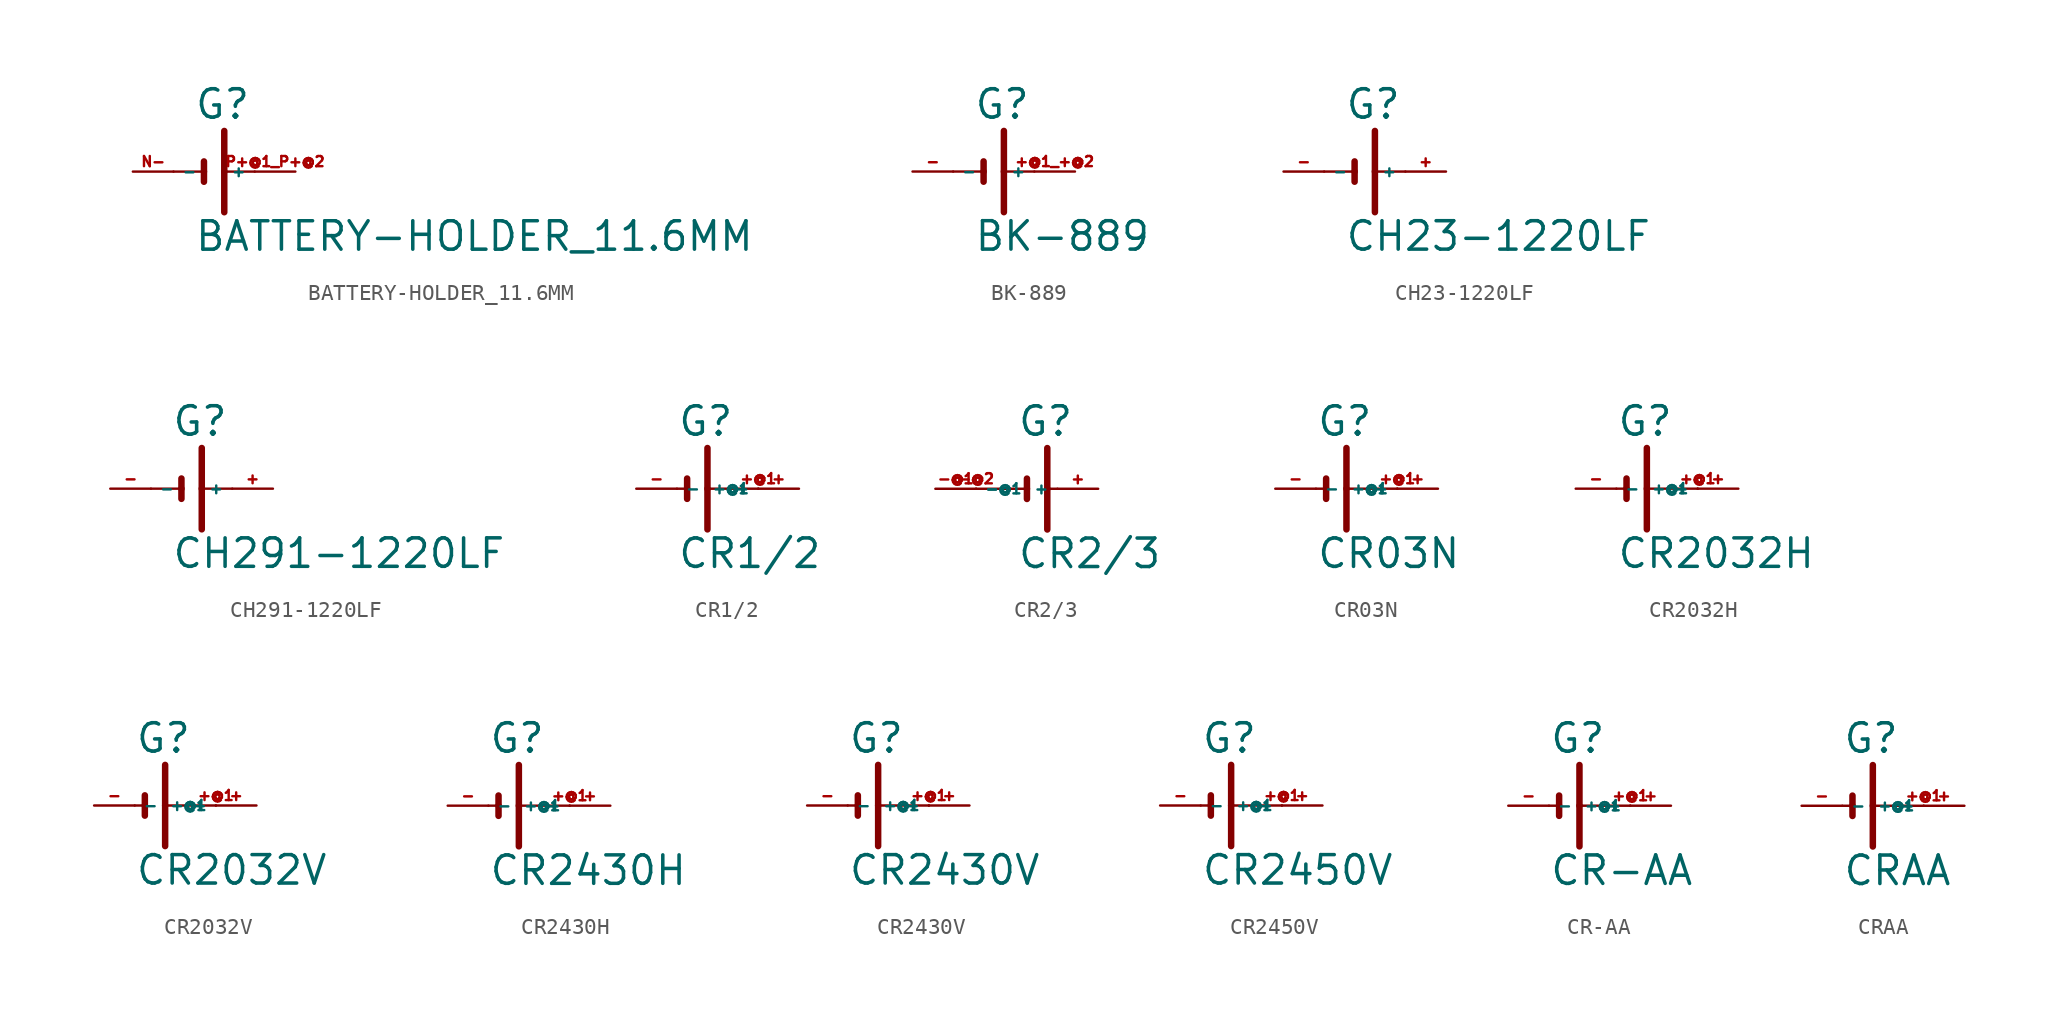
<source format=kicad_sym>
(kicad_symbol_lib
  (version 20220914)
  (generator Eagle2Kicad)
  (symbol "BATTERY-HOLDER_11.6MM"
    (property "Reference" "G"
      (at -1.27 3.175 0)
      (effects (font (size 1.778 1.778) (thickness 0.22)) (justify left bottom)))
    (property "Value" "BATTERY-HOLDER_11.6MM"
      (at -1.27 -5.08 0)
      (effects (font (size 1.778 1.778) (thickness 0.22)) (justify left bottom)))
    (polyline
      (pts (xy -0.635 0.635) (xy -0.635 0))
      (stroke (width 0.406) (type default))
      (fill (type none)))
    (polyline
      (pts (xy -2.54 0) (xy -0.635 0))
      (stroke (width 0.152) (type default))
      (fill (type none)))
    (polyline
      (pts (xy -0.635 0) (xy -0.635 -0.635))
      (stroke (width 0.406) (type default))
      (fill (type none)))
    (polyline
      (pts (xy 0.635 2.54) (xy 0.635 0))
      (stroke (width 0.406) (type default))
      (fill (type none)))
    (polyline
      (pts (xy 0.635 0) (xy 2.54 0))
      (stroke (width 0.152) (type default))
      (fill (type none)))
    (polyline
      (pts (xy 0.635 0) (xy 0.635 -2.54))
      (stroke (width 0.406) (type default))
      (fill (type none)))
    (pin passive line
      (at 5.08 0 180)
      (length 2.54)
      (name "+" (effects (font (size 0.635 0.635) (thickness 0.08)) (justify left bottom)))
      (number "P+@1 P+@2" (effects (font (size 0.635 0.635) (thickness 0.08)) (justify left bottom))))
    (pin passive line
      (at -5.08 0 0)
      (length 2.54)
      (name "-" (effects (font (size 0.635 0.635) (thickness 0.08)) (justify left bottom)))
      (number "N-" (effects (font (size 0.635 0.635) (thickness 0.08)) (justify left bottom)))))
  (symbol "BK-889"
    (property "Reference" "G"
      (at -1.27 3.175 0)
      (effects (font (size 1.778 1.778) (thickness 0.22)) (justify left bottom)))
    (property "Value" "BK-889"
      (at -1.27 -5.08 0)
      (effects (font (size 1.778 1.778) (thickness 0.22)) (justify left bottom)))
    (polyline
      (pts (xy -0.635 0.635) (xy -0.635 0))
      (stroke (width 0.406) (type default))
      (fill (type none)))
    (polyline
      (pts (xy -2.54 0) (xy -0.635 0))
      (stroke (width 0.152) (type default))
      (fill (type none)))
    (polyline
      (pts (xy -0.635 0) (xy -0.635 -0.635))
      (stroke (width 0.406) (type default))
      (fill (type none)))
    (polyline
      (pts (xy 0.635 2.54) (xy 0.635 0))
      (stroke (width 0.406) (type default))
      (fill (type none)))
    (polyline
      (pts (xy 0.635 0) (xy 2.54 0))
      (stroke (width 0.152) (type default))
      (fill (type none)))
    (polyline
      (pts (xy 0.635 0) (xy 0.635 -2.54))
      (stroke (width 0.406) (type default))
      (fill (type none)))
    (pin passive line
      (at 5.08 0 180)
      (length 2.54)
      (name "+" (effects (font (size 0.635 0.635) (thickness 0.08)) (justify left bottom)))
      (number "+@1 +@2" (effects (font (size 0.635 0.635) (thickness 0.08)) (justify left bottom))))
    (pin passive line
      (at -5.08 0 0)
      (length 2.54)
      (name "-" (effects (font (size 0.635 0.635) (thickness 0.08)) (justify left bottom)))
      (number "-" (effects (font (size 0.635 0.635) (thickness 0.08)) (justify left bottom)))))
  (symbol "CH23-1220LF"
    (property "Reference" "G"
      (at -1.27 3.175 0)
      (effects (font (size 1.778 1.778) (thickness 0.22)) (justify left bottom)))
    (property "Value" "CH23-1220LF"
      (at -1.27 -5.08 0)
      (effects (font (size 1.778 1.778) (thickness 0.22)) (justify left bottom)))
    (polyline
      (pts (xy -0.635 0.635) (xy -0.635 0))
      (stroke (width 0.406) (type default))
      (fill (type none)))
    (polyline
      (pts (xy -2.54 0) (xy -0.635 0))
      (stroke (width 0.152) (type default))
      (fill (type none)))
    (polyline
      (pts (xy -0.635 0) (xy -0.635 -0.635))
      (stroke (width 0.406) (type default))
      (fill (type none)))
    (polyline
      (pts (xy 0.635 2.54) (xy 0.635 0))
      (stroke (width 0.406) (type default))
      (fill (type none)))
    (polyline
      (pts (xy 0.635 0) (xy 2.54 0))
      (stroke (width 0.152) (type default))
      (fill (type none)))
    (polyline
      (pts (xy 0.635 0) (xy 0.635 -2.54))
      (stroke (width 0.406) (type default))
      (fill (type none)))
    (pin passive line
      (at 5.08 0 180)
      (length 2.54)
      (name "+" (effects (font (size 0.635 0.635) (thickness 0.08)) (justify left bottom)))
      (number "+" (effects (font (size 0.635 0.635) (thickness 0.08)) (justify left bottom))))
    (pin passive line
      (at -5.08 0 0)
      (length 2.54)
      (name "-" (effects (font (size 0.635 0.635) (thickness 0.08)) (justify left bottom)))
      (number "-" (effects (font (size 0.635 0.635) (thickness 0.08)) (justify left bottom)))))
  (symbol "CH291-1220LF"
    (property "Reference" "G"
      (at -1.27 3.175 0)
      (effects (font (size 1.778 1.778) (thickness 0.22)) (justify left bottom)))
    (property "Value" "CH291-1220LF"
      (at -1.27 -5.08 0)
      (effects (font (size 1.778 1.778) (thickness 0.22)) (justify left bottom)))
    (polyline
      (pts (xy -0.635 0.635) (xy -0.635 0))
      (stroke (width 0.406) (type default))
      (fill (type none)))
    (polyline
      (pts (xy -2.54 0) (xy -0.635 0))
      (stroke (width 0.152) (type default))
      (fill (type none)))
    (polyline
      (pts (xy -0.635 0) (xy -0.635 -0.635))
      (stroke (width 0.406) (type default))
      (fill (type none)))
    (polyline
      (pts (xy 0.635 2.54) (xy 0.635 0))
      (stroke (width 0.406) (type default))
      (fill (type none)))
    (polyline
      (pts (xy 0.635 0) (xy 2.54 0))
      (stroke (width 0.152) (type default))
      (fill (type none)))
    (polyline
      (pts (xy 0.635 0) (xy 0.635 -2.54))
      (stroke (width 0.406) (type default))
      (fill (type none)))
    (pin passive line
      (at 5.08 0 180)
      (length 2.54)
      (name "+" (effects (font (size 0.635 0.635) (thickness 0.08)) (justify left bottom)))
      (number "+" (effects (font (size 0.635 0.635) (thickness 0.08)) (justify left bottom))))
    (pin passive line
      (at -5.08 0 0)
      (length 2.54)
      (name "-" (effects (font (size 0.635 0.635) (thickness 0.08)) (justify left bottom)))
      (number "-" (effects (font (size 0.635 0.635) (thickness 0.08)) (justify left bottom)))))
  (symbol "CR1/2"
    (property "Reference" "G"
      (at -2.54 3.175 0)
      (effects (font (size 1.778 1.778) (thickness 0.22)) (justify left bottom)))
    (property "Value" "CR1/2"
      (at -2.54 -5.08 0)
      (effects (font (size 1.778 1.778) (thickness 0.22)) (justify left bottom)))
    (polyline
      (pts (xy -1.905 0.635) (xy -1.905 0))
      (stroke (width 0.406) (type default))
      (fill (type none)))
    (polyline
      (pts (xy -2.54 0) (xy -1.905 0))
      (stroke (width 0.152) (type default))
      (fill (type none)))
    (polyline
      (pts (xy -1.905 0) (xy -1.905 -0.635))
      (stroke (width 0.406) (type default))
      (fill (type none)))
    (polyline
      (pts (xy -0.635 2.54) (xy -0.635 0))
      (stroke (width 0.406) (type default))
      (fill (type none)))
    (polyline
      (pts (xy -0.635 0) (xy 2.54 0))
      (stroke (width 0.152) (type default))
      (fill (type none)))
    (polyline
      (pts (xy -0.635 0) (xy -0.635 -2.54))
      (stroke (width 0.406) (type default))
      (fill (type none)))
    (pin passive line
      (at 5.08 0 180)
      (length 2.54)
      (name "+" (effects (font (size 0.635 0.635) (thickness 0.08)) (justify left bottom)))
      (number "+" (effects (font (size 0.635 0.635) (thickness 0.08)) (justify left bottom))))
    (pin passive line
      (at -5.08 0 0)
      (length 2.54)
      (name "-" (effects (font (size 0.635 0.635) (thickness 0.08)) (justify left bottom)))
      (number "-" (effects (font (size 0.635 0.635) (thickness 0.08)) (justify left bottom))))
    (pin passive line
      (at 2.54 0 180)
      (length 0)
      (name "+@1" (effects (font (size 0.635 0.635) (thickness 0.08)) (justify left bottom)))
      (number "+@1" (effects (font (size 0.635 0.635) (thickness 0.08)) (justify left bottom)))))
  (symbol "CR2/3"
    (property "Reference" "G"
      (at 0 3.175 0)
      (effects (font (size 1.778 1.778) (thickness 0.22)) (justify left bottom)))
    (property "Value" "CR2/3"
      (at 0 -5.08 0)
      (effects (font (size 1.778 1.778) (thickness 0.22)) (justify left bottom)))
    (polyline
      (pts (xy 0.635 0.635) (xy 0.635 0))
      (stroke (width 0.406) (type default))
      (fill (type none)))
    (polyline
      (pts (xy -2.54 0) (xy 0.635 0))
      (stroke (width 0.152) (type default))
      (fill (type none)))
    (polyline
      (pts (xy 0.635 0) (xy 0.635 -0.635))
      (stroke (width 0.406) (type default))
      (fill (type none)))
    (polyline
      (pts (xy 1.905 2.54) (xy 1.905 0))
      (stroke (width 0.406) (type default))
      (fill (type none)))
    (polyline
      (pts (xy 1.905 0) (xy 2.54 0))
      (stroke (width 0.152) (type default))
      (fill (type none)))
    (polyline
      (pts (xy 1.905 0) (xy 1.905 -2.54))
      (stroke (width 0.406) (type default))
      (fill (type none)))
    (pin passive line
      (at 5.08 0 180)
      (length 2.54)
      (name "+" (effects (font (size 0.635 0.635) (thickness 0.08)) (justify left bottom)))
      (number "+" (effects (font (size 0.635 0.635) (thickness 0.08)) (justify left bottom))))
    (pin passive line
      (at -5.08 0 0)
      (length 2.54)
      (name "-" (effects (font (size 0.635 0.635) (thickness 0.08)) (justify left bottom)))
      (number "-@1" (effects (font (size 0.635 0.635) (thickness 0.08)) (justify left bottom))))
    (pin passive line
      (at -2.54 0 0)
      (length 0)
      (name "-@1" (effects (font (size 0.635 0.635) (thickness 0.08)) (justify left bottom)))
      (number "-@2" (effects (font (size 0.635 0.635) (thickness 0.08)) (justify left bottom)))))
  (symbol "CR03N"
    (property "Reference" "G"
      (at -2.54 3.175 0)
      (effects (font (size 1.778 1.778) (thickness 0.22)) (justify left bottom)))
    (property "Value" "CR03N"
      (at -2.54 -5.08 0)
      (effects (font (size 1.778 1.778) (thickness 0.22)) (justify left bottom)))
    (polyline
      (pts (xy -1.905 0.635) (xy -1.905 0))
      (stroke (width 0.406) (type default))
      (fill (type none)))
    (polyline
      (pts (xy -2.54 0) (xy -1.905 0))
      (stroke (width 0.152) (type default))
      (fill (type none)))
    (polyline
      (pts (xy -1.905 0) (xy -1.905 -0.635))
      (stroke (width 0.406) (type default))
      (fill (type none)))
    (polyline
      (pts (xy -0.635 2.54) (xy -0.635 0))
      (stroke (width 0.406) (type default))
      (fill (type none)))
    (polyline
      (pts (xy -0.635 0) (xy 2.54 0))
      (stroke (width 0.152) (type default))
      (fill (type none)))
    (polyline
      (pts (xy -0.635 0) (xy -0.635 -2.54))
      (stroke (width 0.406) (type default))
      (fill (type none)))
    (pin passive line
      (at 5.08 0 180)
      (length 2.54)
      (name "+" (effects (font (size 0.635 0.635) (thickness 0.08)) (justify left bottom)))
      (number "+" (effects (font (size 0.635 0.635) (thickness 0.08)) (justify left bottom))))
    (pin passive line
      (at -5.08 0 0)
      (length 2.54)
      (name "-" (effects (font (size 0.635 0.635) (thickness 0.08)) (justify left bottom)))
      (number "-" (effects (font (size 0.635 0.635) (thickness 0.08)) (justify left bottom))))
    (pin passive line
      (at 2.54 0 180)
      (length 0)
      (name "+@1" (effects (font (size 0.635 0.635) (thickness 0.08)) (justify left bottom)))
      (number "+@1" (effects (font (size 0.635 0.635) (thickness 0.08)) (justify left bottom)))))
  (symbol "CR2032H"
    (property "Reference" "G"
      (at -2.54 3.175 0)
      (effects (font (size 1.778 1.778) (thickness 0.22)) (justify left bottom)))
    (property "Value" "CR2032H"
      (at -2.54 -5.08 0)
      (effects (font (size 1.778 1.778) (thickness 0.22)) (justify left bottom)))
    (polyline
      (pts (xy -1.905 0.635) (xy -1.905 0))
      (stroke (width 0.406) (type default))
      (fill (type none)))
    (polyline
      (pts (xy -2.54 0) (xy -1.905 0))
      (stroke (width 0.152) (type default))
      (fill (type none)))
    (polyline
      (pts (xy -1.905 0) (xy -1.905 -0.635))
      (stroke (width 0.406) (type default))
      (fill (type none)))
    (polyline
      (pts (xy -0.635 2.54) (xy -0.635 0))
      (stroke (width 0.406) (type default))
      (fill (type none)))
    (polyline
      (pts (xy -0.635 0) (xy 2.54 0))
      (stroke (width 0.152) (type default))
      (fill (type none)))
    (polyline
      (pts (xy -0.635 0) (xy -0.635 -2.54))
      (stroke (width 0.406) (type default))
      (fill (type none)))
    (pin passive line
      (at 5.08 0 180)
      (length 2.54)
      (name "+" (effects (font (size 0.635 0.635) (thickness 0.08)) (justify left bottom)))
      (number "+" (effects (font (size 0.635 0.635) (thickness 0.08)) (justify left bottom))))
    (pin passive line
      (at -5.08 0 0)
      (length 2.54)
      (name "-" (effects (font (size 0.635 0.635) (thickness 0.08)) (justify left bottom)))
      (number "-" (effects (font (size 0.635 0.635) (thickness 0.08)) (justify left bottom))))
    (pin passive line
      (at 2.54 0 180)
      (length 0)
      (name "+@1" (effects (font (size 0.635 0.635) (thickness 0.08)) (justify left bottom)))
      (number "+@1" (effects (font (size 0.635 0.635) (thickness 0.08)) (justify left bottom)))))
  (symbol "CR2032V"
    (property "Reference" "G"
      (at -2.54 3.175 0)
      (effects (font (size 1.778 1.778) (thickness 0.22)) (justify left bottom)))
    (property "Value" "CR2032V"
      (at -2.54 -5.08 0)
      (effects (font (size 1.778 1.778) (thickness 0.22)) (justify left bottom)))
    (polyline
      (pts (xy -1.905 0.635) (xy -1.905 0))
      (stroke (width 0.406) (type default))
      (fill (type none)))
    (polyline
      (pts (xy -2.54 0) (xy -1.905 0))
      (stroke (width 0.152) (type default))
      (fill (type none)))
    (polyline
      (pts (xy -1.905 0) (xy -1.905 -0.635))
      (stroke (width 0.406) (type default))
      (fill (type none)))
    (polyline
      (pts (xy -0.635 2.54) (xy -0.635 0))
      (stroke (width 0.406) (type default))
      (fill (type none)))
    (polyline
      (pts (xy -0.635 0) (xy 2.54 0))
      (stroke (width 0.152) (type default))
      (fill (type none)))
    (polyline
      (pts (xy -0.635 0) (xy -0.635 -2.54))
      (stroke (width 0.406) (type default))
      (fill (type none)))
    (pin passive line
      (at 5.08 0 180)
      (length 2.54)
      (name "+" (effects (font (size 0.635 0.635) (thickness 0.08)) (justify left bottom)))
      (number "+" (effects (font (size 0.635 0.635) (thickness 0.08)) (justify left bottom))))
    (pin passive line
      (at -5.08 0 0)
      (length 2.54)
      (name "-" (effects (font (size 0.635 0.635) (thickness 0.08)) (justify left bottom)))
      (number "-" (effects (font (size 0.635 0.635) (thickness 0.08)) (justify left bottom))))
    (pin passive line
      (at 2.54 0 180)
      (length 0)
      (name "+@1" (effects (font (size 0.635 0.635) (thickness 0.08)) (justify left bottom)))
      (number "+@1" (effects (font (size 0.635 0.635) (thickness 0.08)) (justify left bottom)))))
  (symbol "CR2430H"
    (property "Reference" "G"
      (at -2.54 3.175 0)
      (effects (font (size 1.778 1.778) (thickness 0.22)) (justify left bottom)))
    (property "Value" "CR2430H"
      (at -2.54 -5.08 0)
      (effects (font (size 1.778 1.778) (thickness 0.22)) (justify left bottom)))
    (polyline
      (pts (xy -1.905 0.635) (xy -1.905 0))
      (stroke (width 0.406) (type default))
      (fill (type none)))
    (polyline
      (pts (xy -2.54 0) (xy -1.905 0))
      (stroke (width 0.152) (type default))
      (fill (type none)))
    (polyline
      (pts (xy -1.905 0) (xy -1.905 -0.635))
      (stroke (width 0.406) (type default))
      (fill (type none)))
    (polyline
      (pts (xy -0.635 2.54) (xy -0.635 0))
      (stroke (width 0.406) (type default))
      (fill (type none)))
    (polyline
      (pts (xy -0.635 0) (xy 2.54 0))
      (stroke (width 0.152) (type default))
      (fill (type none)))
    (polyline
      (pts (xy -0.635 0) (xy -0.635 -2.54))
      (stroke (width 0.406) (type default))
      (fill (type none)))
    (pin passive line
      (at 5.08 0 180)
      (length 2.54)
      (name "+" (effects (font (size 0.635 0.635) (thickness 0.08)) (justify left bottom)))
      (number "+" (effects (font (size 0.635 0.635) (thickness 0.08)) (justify left bottom))))
    (pin passive line
      (at -5.08 0 0)
      (length 2.54)
      (name "-" (effects (font (size 0.635 0.635) (thickness 0.08)) (justify left bottom)))
      (number "-" (effects (font (size 0.635 0.635) (thickness 0.08)) (justify left bottom))))
    (pin passive line
      (at 2.54 0 180)
      (length 0)
      (name "+@1" (effects (font (size 0.635 0.635) (thickness 0.08)) (justify left bottom)))
      (number "+@1" (effects (font (size 0.635 0.635) (thickness 0.08)) (justify left bottom)))))
  (symbol "CR2430V"
    (property "Reference" "G"
      (at -2.54 3.175 0)
      (effects (font (size 1.778 1.778) (thickness 0.22)) (justify left bottom)))
    (property "Value" "CR2430V"
      (at -2.54 -5.08 0)
      (effects (font (size 1.778 1.778) (thickness 0.22)) (justify left bottom)))
    (polyline
      (pts (xy -1.905 0.635) (xy -1.905 0))
      (stroke (width 0.406) (type default))
      (fill (type none)))
    (polyline
      (pts (xy -2.54 0) (xy -1.905 0))
      (stroke (width 0.152) (type default))
      (fill (type none)))
    (polyline
      (pts (xy -1.905 0) (xy -1.905 -0.635))
      (stroke (width 0.406) (type default))
      (fill (type none)))
    (polyline
      (pts (xy -0.635 2.54) (xy -0.635 0))
      (stroke (width 0.406) (type default))
      (fill (type none)))
    (polyline
      (pts (xy -0.635 0) (xy 2.54 0))
      (stroke (width 0.152) (type default))
      (fill (type none)))
    (polyline
      (pts (xy -0.635 0) (xy -0.635 -2.54))
      (stroke (width 0.406) (type default))
      (fill (type none)))
    (pin passive line
      (at 5.08 0 180)
      (length 2.54)
      (name "+" (effects (font (size 0.635 0.635) (thickness 0.08)) (justify left bottom)))
      (number "+" (effects (font (size 0.635 0.635) (thickness 0.08)) (justify left bottom))))
    (pin passive line
      (at -5.08 0 0)
      (length 2.54)
      (name "-" (effects (font (size 0.635 0.635) (thickness 0.08)) (justify left bottom)))
      (number "-" (effects (font (size 0.635 0.635) (thickness 0.08)) (justify left bottom))))
    (pin passive line
      (at 2.54 0 180)
      (length 0)
      (name "+@1" (effects (font (size 0.635 0.635) (thickness 0.08)) (justify left bottom)))
      (number "+@1" (effects (font (size 0.635 0.635) (thickness 0.08)) (justify left bottom)))))
  (symbol "CR2450V"
    (property "Reference" "G"
      (at -2.54 3.175 0)
      (effects (font (size 1.778 1.778) (thickness 0.22)) (justify left bottom)))
    (property "Value" "CR2450V"
      (at -2.54 -5.08 0)
      (effects (font (size 1.778 1.778) (thickness 0.22)) (justify left bottom)))
    (polyline
      (pts (xy -1.905 0.635) (xy -1.905 0))
      (stroke (width 0.406) (type default))
      (fill (type none)))
    (polyline
      (pts (xy -2.54 0) (xy -1.905 0))
      (stroke (width 0.152) (type default))
      (fill (type none)))
    (polyline
      (pts (xy -1.905 0) (xy -1.905 -0.635))
      (stroke (width 0.406) (type default))
      (fill (type none)))
    (polyline
      (pts (xy -0.635 2.54) (xy -0.635 0))
      (stroke (width 0.406) (type default))
      (fill (type none)))
    (polyline
      (pts (xy -0.635 0) (xy 2.54 0))
      (stroke (width 0.152) (type default))
      (fill (type none)))
    (polyline
      (pts (xy -0.635 0) (xy -0.635 -2.54))
      (stroke (width 0.406) (type default))
      (fill (type none)))
    (pin passive line
      (at 5.08 0 180)
      (length 2.54)
      (name "+" (effects (font (size 0.635 0.635) (thickness 0.08)) (justify left bottom)))
      (number "+" (effects (font (size 0.635 0.635) (thickness 0.08)) (justify left bottom))))
    (pin passive line
      (at -5.08 0 0)
      (length 2.54)
      (name "-" (effects (font (size 0.635 0.635) (thickness 0.08)) (justify left bottom)))
      (number "-" (effects (font (size 0.635 0.635) (thickness 0.08)) (justify left bottom))))
    (pin passive line
      (at 2.54 0 180)
      (length 0)
      (name "+@1" (effects (font (size 0.635 0.635) (thickness 0.08)) (justify left bottom)))
      (number "+@1" (effects (font (size 0.635 0.635) (thickness 0.08)) (justify left bottom)))))
  (symbol "CR-AA"
    (property "Reference" "G"
      (at -2.54 3.175 0)
      (effects (font (size 1.778 1.778) (thickness 0.22)) (justify left bottom)))
    (property "Value" "CR-AA"
      (at -2.54 -5.08 0)
      (effects (font (size 1.778 1.778) (thickness 0.22)) (justify left bottom)))
    (polyline
      (pts (xy -1.905 0.635) (xy -1.905 0))
      (stroke (width 0.406) (type default))
      (fill (type none)))
    (polyline
      (pts (xy -2.54 0) (xy -1.905 0))
      (stroke (width 0.152) (type default))
      (fill (type none)))
    (polyline
      (pts (xy -1.905 0) (xy -1.905 -0.635))
      (stroke (width 0.406) (type default))
      (fill (type none)))
    (polyline
      (pts (xy -0.635 2.54) (xy -0.635 0))
      (stroke (width 0.406) (type default))
      (fill (type none)))
    (polyline
      (pts (xy -0.635 0) (xy 2.54 0))
      (stroke (width 0.152) (type default))
      (fill (type none)))
    (polyline
      (pts (xy -0.635 0) (xy -0.635 -2.54))
      (stroke (width 0.406) (type default))
      (fill (type none)))
    (pin passive line
      (at 5.08 0 180)
      (length 2.54)
      (name "+" (effects (font (size 0.635 0.635) (thickness 0.08)) (justify left bottom)))
      (number "+" (effects (font (size 0.635 0.635) (thickness 0.08)) (justify left bottom))))
    (pin passive line
      (at -5.08 0 0)
      (length 2.54)
      (name "-" (effects (font (size 0.635 0.635) (thickness 0.08)) (justify left bottom)))
      (number "-" (effects (font (size 0.635 0.635) (thickness 0.08)) (justify left bottom))))
    (pin passive line
      (at 2.54 0 180)
      (length 0)
      (name "+@1" (effects (font (size 0.635 0.635) (thickness 0.08)) (justify left bottom)))
      (number "+@1" (effects (font (size 0.635 0.635) (thickness 0.08)) (justify left bottom)))))
  (symbol "CRAA"
    (property "Reference" "G"
      (at -2.54 3.175 0)
      (effects (font (size 1.778 1.778) (thickness 0.22)) (justify left bottom)))
    (property "Value" "CRAA"
      (at -2.54 -5.08 0)
      (effects (font (size 1.778 1.778) (thickness 0.22)) (justify left bottom)))
    (polyline
      (pts (xy -1.905 0.635) (xy -1.905 0))
      (stroke (width 0.406) (type default))
      (fill (type none)))
    (polyline
      (pts (xy -2.54 0) (xy -1.905 0))
      (stroke (width 0.152) (type default))
      (fill (type none)))
    (polyline
      (pts (xy -1.905 0) (xy -1.905 -0.635))
      (stroke (width 0.406) (type default))
      (fill (type none)))
    (polyline
      (pts (xy -0.635 2.54) (xy -0.635 0))
      (stroke (width 0.406) (type default))
      (fill (type none)))
    (polyline
      (pts (xy -0.635 0) (xy 2.54 0))
      (stroke (width 0.152) (type default))
      (fill (type none)))
    (polyline
      (pts (xy -0.635 0) (xy -0.635 -2.54))
      (stroke (width 0.406) (type default))
      (fill (type none)))
    (pin passive line
      (at 5.08 0 180)
      (length 2.54)
      (name "+" (effects (font (size 0.635 0.635) (thickness 0.08)) (justify left bottom)))
      (number "+" (effects (font (size 0.635 0.635) (thickness 0.08)) (justify left bottom))))
    (pin passive line
      (at -5.08 0 0)
      (length 2.54)
      (name "-" (effects (font (size 0.635 0.635) (thickness 0.08)) (justify left bottom)))
      (number "-" (effects (font (size 0.635 0.635) (thickness 0.08)) (justify left bottom))))
    (pin passive line
      (at 2.54 0 180)
      (length 0)
      (name "+@1" (effects (font (size 0.635 0.635) (thickness 0.08)) (justify left bottom)))
      (number "+@1" (effects (font (size 0.635 0.635) (thickness 0.08)) (justify left bottom))))))
</source>
